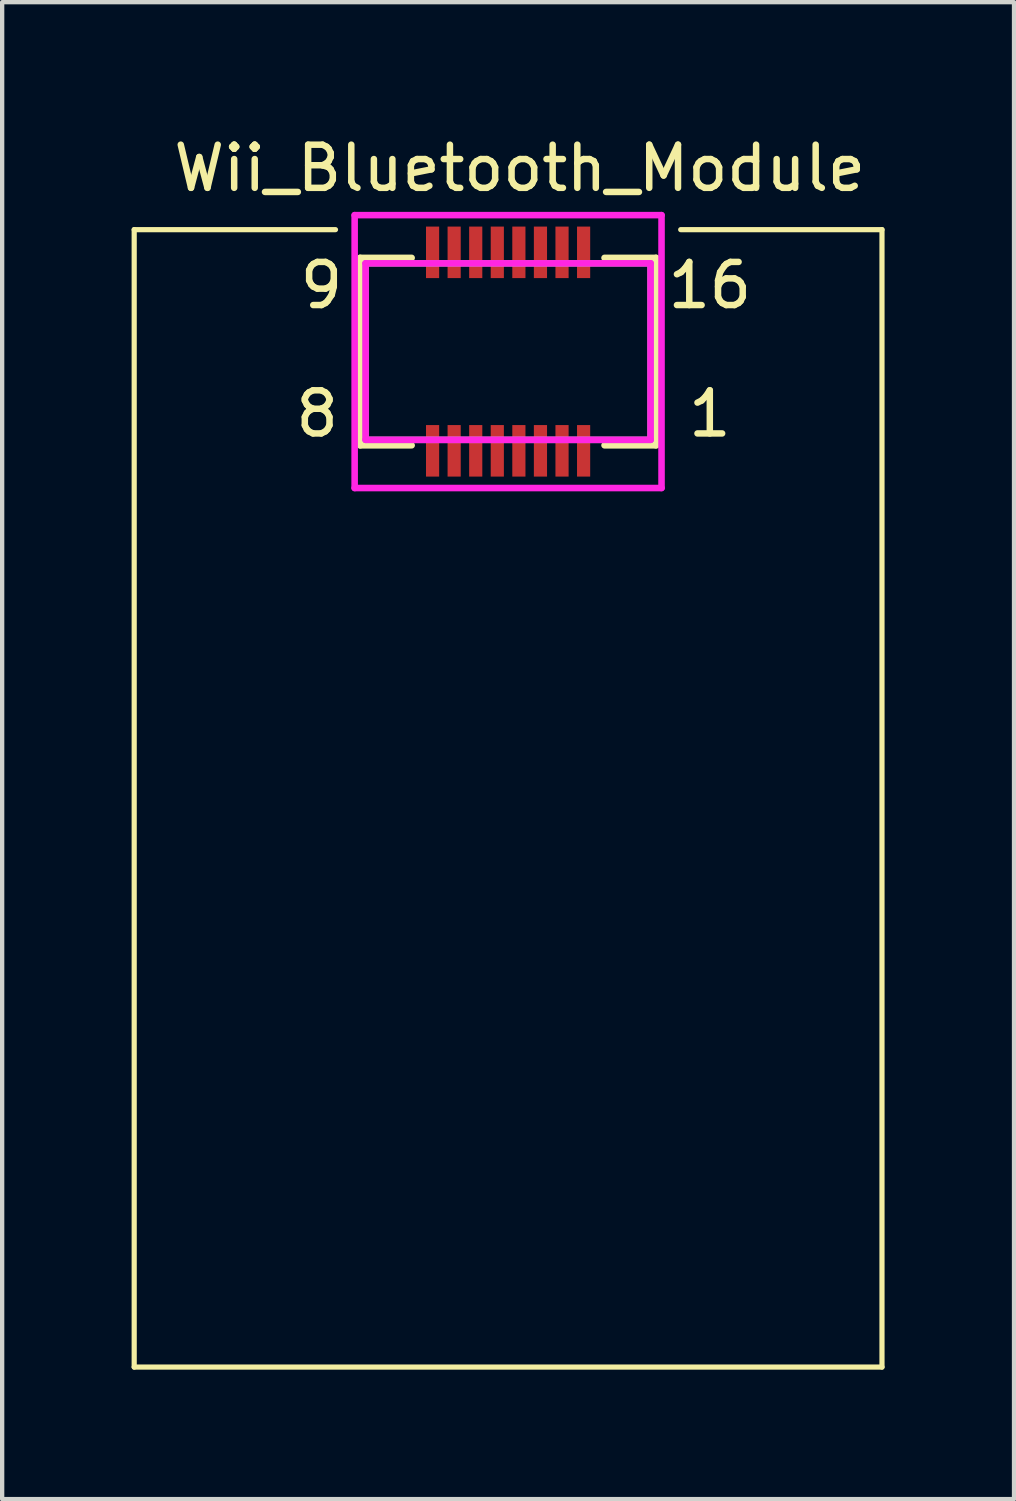
<source format=kicad_pcb>
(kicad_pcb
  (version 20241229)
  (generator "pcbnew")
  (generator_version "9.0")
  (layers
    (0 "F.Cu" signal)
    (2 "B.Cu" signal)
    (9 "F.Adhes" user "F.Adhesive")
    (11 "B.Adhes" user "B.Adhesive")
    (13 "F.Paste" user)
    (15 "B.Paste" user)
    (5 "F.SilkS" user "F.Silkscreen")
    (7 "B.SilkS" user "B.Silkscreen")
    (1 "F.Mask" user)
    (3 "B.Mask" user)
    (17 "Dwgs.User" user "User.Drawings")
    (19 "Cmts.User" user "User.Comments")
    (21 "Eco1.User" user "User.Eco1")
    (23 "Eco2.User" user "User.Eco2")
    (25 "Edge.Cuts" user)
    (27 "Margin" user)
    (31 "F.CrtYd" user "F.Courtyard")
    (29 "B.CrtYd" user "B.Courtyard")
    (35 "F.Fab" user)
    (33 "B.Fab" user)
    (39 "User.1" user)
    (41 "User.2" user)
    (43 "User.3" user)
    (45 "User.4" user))
  (footprint "Wii_Bluetooth_Module"
    (layer "F.Cu")
    (at 8.725 16.088)
    (property "Reference" "Wii_Bluetooth_Module" (at 0.271 -15.24 0) (layer "F.SilkS") (effects (font (size 1 1) (thickness 0.15))))
    (attr smd)
    (fp_line (start -8.665 -13.816) (end -8.665 12.544) (stroke (width 0.12) (type solid)) (layer "F.SilkS"))
    (fp_line (start -8.665 -13.816) (end -4 -13.816) (stroke (width 0.12) (type solid)) (layer "F.SilkS"))
    (fp_line (start -3.429 -13.162) (end -3.429 -8.818) (stroke (width 0.152) (type solid)) (layer "F.SilkS"))
    (fp_line (start -3.429 -8.818) (end -2.235 -8.818) (stroke (width 0.152) (type solid)) (layer "F.SilkS"))
    (fp_line (start -2.235 -13.162) (end -3.429 -13.162) (stroke (width 0.152) (type solid)) (layer "F.SilkS"))
    (fp_line (start 2.235 -8.818) (end 3.429 -8.818) (stroke (width 0.152) (type solid)) (layer "F.SilkS"))
    (fp_line (start 3.429 -13.162) (end 2.235 -13.162) (stroke (width 0.152) (type solid)) (layer "F.SilkS"))
    (fp_line (start 3.429 -8.818) (end 3.429 -13.162) (stroke (width 0.152) (type solid)) (layer "F.SilkS"))
    (fp_line (start 4 -13.816) (end 8.665 -13.816) (stroke (width 0.12) (type solid)) (layer "F.SilkS"))
    (fp_line (start 8.665 -13.816) (end 8.665 12.544) (stroke (width 0.12) (type solid)) (layer "F.SilkS"))
    (fp_line (start 8.665 12.544) (end -8.665 12.544) (stroke (width 0.12) (type solid)) (layer "F.SilkS"))
    (fp_line (start -3.556 -14.152) (end -3.556 -7.828) (stroke (width 0.152) (type solid)) (layer "F.CrtYd"))
    (fp_line (start -3.556 -7.828) (end 3.556 -7.828) (stroke (width 0.152) (type solid)) (layer "F.CrtYd"))
    (fp_line (start -3.302 -13.035) (end -3.302 -8.945) (stroke (width 0.152) (type solid)) (layer "F.CrtYd"))
    (fp_line (start -3.302 -8.945) (end 3.302 -8.945) (stroke (width 0.152) (type solid)) (layer "F.CrtYd"))
    (fp_line (start 3.302 -13.035) (end -3.302 -13.035) (stroke (width 0.152) (type solid)) (layer "F.CrtYd"))
    (fp_line (start 3.302 -8.945) (end 3.302 -13.035) (stroke (width 0.152) (type solid)) (layer "F.CrtYd"))
    (fp_line (start 3.556 -14.152) (end -3.556 -14.152) (stroke (width 0.152) (type solid)) (layer "F.CrtYd"))
    (fp_line (start 3.556 -7.828) (end 3.556 -14.152) (stroke (width 0.152) (type solid)) (layer "F.CrtYd"))
    (fp_line (start -3.302 -13.035) (end -3.302 -8.945) (stroke (width 0.152) (type solid)) (layer "F.Fab"))
    (fp_line (start -3.302 -8.945) (end 3.302 -8.945) (stroke (width 0.152) (type solid)) (layer "F.Fab"))
    (fp_line (start 3.302 -13.035) (end -3.302 -13.035) (stroke (width 0.152) (type solid)) (layer "F.Fab"))
    (fp_line (start 3.302 -8.945) (end 3.302 -13.035) (stroke (width 0.152) (type solid)) (layer "F.Fab"))
    (fp_text user "8" (at -5 -8.963 0) (unlocked yes) (layer "F.SilkS") (effects (font (size 1 1) (thickness 0.15)) (justify left bottom)))
    (fp_text user "9" (at -4.9 -11.938 0) (unlocked yes) (layer "F.SilkS") (effects (font (size 1 1) (thickness 0.15)) (justify left bottom)))
    (fp_text user "1" (at 4.1 -8.963 0) (unlocked yes) (layer "F.SilkS") (effects (font (size 1 1) (thickness 0.15)) (justify left bottom)))
    (fp_text user "16" (at 3.624 -11.938 0) (unlocked yes) (layer "F.SilkS") (effects (font (size 1 1) (thickness 0.15)) (justify left bottom)))
    (pad "1" smd rect (at 1.75 -8.69) (size 0.305 1.194) (layers "F.Cu" "F.Mask" "F.Paste"))
    (pad "2" smd rect (at 1.25 -8.69) (size 0.305 1.194) (layers "F.Cu" "F.Mask" "F.Paste"))
    (pad "3" smd rect (at 0.75 -8.69) (size 0.305 1.194) (layers "F.Cu" "F.Mask" "F.Paste"))
    (pad "4" smd rect (at 0.25 -8.69) (size 0.305 1.194) (layers "F.Cu" "F.Mask" "F.Paste"))
    (pad "5" smd rect (at -0.25 -8.69) (size 0.305 1.194) (layers "F.Cu" "F.Mask" "F.Paste"))
    (pad "6" smd rect (at -0.75 -8.69) (size 0.305 1.194) (layers "F.Cu" "F.Mask" "F.Paste"))
    (pad "7" smd rect (at -1.25 -8.69) (size 0.305 1.194) (layers "F.Cu" "F.Mask" "F.Paste"))
    (pad "8" smd rect (at -1.75 -8.69) (size 0.305 1.194) (layers "F.Cu" "F.Mask" "F.Paste"))
    (pad "9" smd rect (at -1.75 -13.29) (size 0.305 1.194) (layers "F.Cu" "F.Mask" "F.Paste"))
    (pad "10" smd rect (at -1.25 -13.29) (size 0.305 1.194) (layers "F.Cu" "F.Mask" "F.Paste"))
    (pad "11" smd rect (at -0.75 -13.29) (size 0.305 1.194) (layers "F.Cu" "F.Mask" "F.Paste"))
    (pad "12" smd rect (at -0.25 -13.29) (size 0.305 1.194) (layers "F.Cu" "F.Mask" "F.Paste"))
    (pad "13" smd rect (at 0.25 -13.29) (size 0.305 1.194) (layers "F.Cu" "F.Mask" "F.Paste"))
    (pad "14" smd rect (at 0.75 -13.29) (size 0.305 1.194) (layers "F.Cu" "F.Mask" "F.Paste"))
    (pad "15" smd rect (at 1.25 -13.29) (size 0.305 1.194) (layers "F.Cu" "F.Mask" "F.Paste"))
    (pad "16" smd rect (at 1.75 -13.29) (size 0.305 1.194) (layers "F.Cu" "F.Mask" "F.Paste"))
    (zone (net_name "") (layer "F.Cu") (hatch none 0.5) (connect_pads) (min_thickness 0.25) (filled_areas_thickness no) (keepout (tracks allowed) (vias allowed) (pads allowed) (copperpour allowed) (footprints not_allowed)) (placement (enabled no)) (fill) (polygon (pts (xy 0.06 2.272) (xy 17.39 2.272) (xy 17.39 28.632) (xy 0.06 28.632)))))
  (gr_rect
    (start -3 -3)
    (end 20.45 31.692)
    (stroke (width 0.1) (type default))
    (fill no)
    (layer "Edge.Cuts")))
</source>
